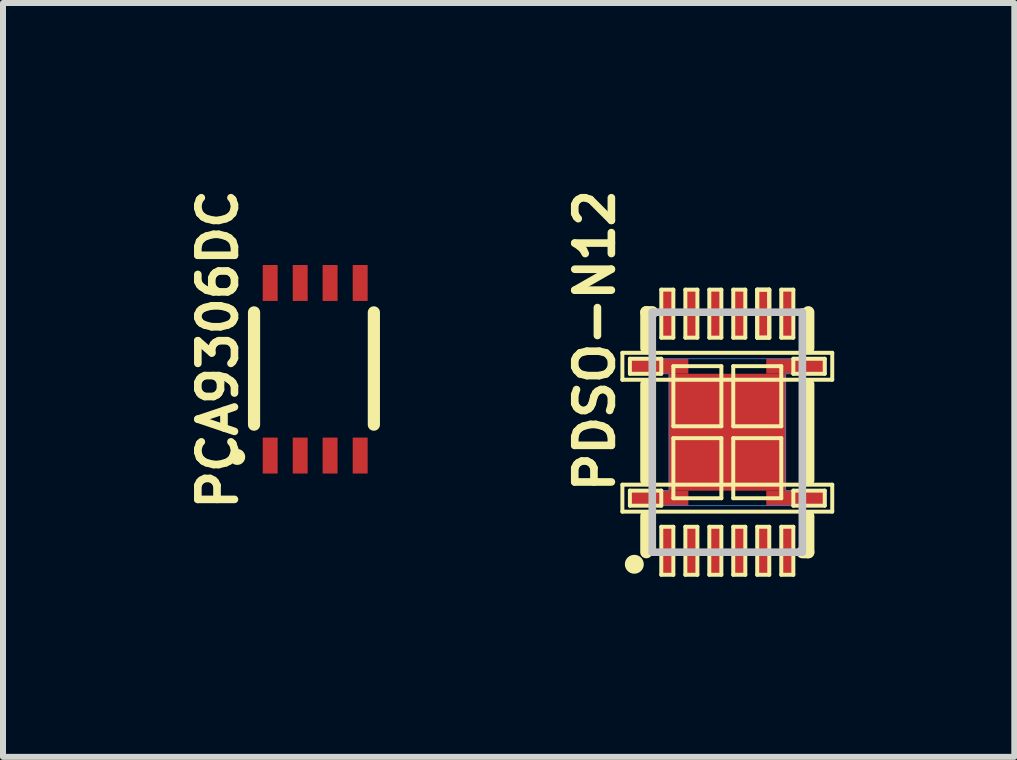
<source format=kicad_pcb>
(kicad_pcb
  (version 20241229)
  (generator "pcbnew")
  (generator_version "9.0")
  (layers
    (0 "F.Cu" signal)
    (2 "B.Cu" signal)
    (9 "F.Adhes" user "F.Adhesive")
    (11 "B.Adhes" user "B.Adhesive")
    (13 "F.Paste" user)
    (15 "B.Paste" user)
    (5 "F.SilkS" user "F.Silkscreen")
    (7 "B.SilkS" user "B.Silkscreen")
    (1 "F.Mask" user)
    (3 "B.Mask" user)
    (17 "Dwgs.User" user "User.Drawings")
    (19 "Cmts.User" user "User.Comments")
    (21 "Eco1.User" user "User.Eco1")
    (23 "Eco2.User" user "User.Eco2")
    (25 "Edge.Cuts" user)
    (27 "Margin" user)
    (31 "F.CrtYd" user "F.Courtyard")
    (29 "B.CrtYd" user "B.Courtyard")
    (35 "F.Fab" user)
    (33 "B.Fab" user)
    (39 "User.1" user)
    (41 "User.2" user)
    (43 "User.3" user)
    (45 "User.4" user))
  (footprint "PCA9306DC"
    (layer "F.Cu")
    (at 2.18 3.094)
    (property "Reference" "PCA9306DC" (at -1.6 -0.323 90) (layer "F.SilkS") (effects (font (size 0.61 0.61) (thickness 0.127))))
    (attr smd)
    (fp_line (start -0.998 -0.94) (end -0.998 0.93) (stroke (width 0.203) (type solid)) (layer "F.SilkS"))
    (fp_line (start 0.998 0.93) (end 0.998 -0.94) (stroke (width 0.203) (type solid)) (layer "F.SilkS"))
    (fp_circle (center -1.278 1.468) (end -1.372 1.562) (stroke (width 0) (type solid)) (fill yes) (layer "F.SilkS"))
    (pad "1" smd rect (at -0.729 1.445) (size 0.249 0.599) (layers "F.Cu" "F.Mask" "F.Paste"))
    (pad "2" smd rect (at -0.229 1.445) (size 0.249 0.599) (layers "F.Cu" "F.Mask" "F.Paste"))
    (pad "3" smd rect (at 0.269 1.445) (size 0.249 0.599) (layers "F.Cu" "F.Mask" "F.Paste"))
    (pad "4" smd rect (at 0.77 1.445) (size 0.249 0.599) (layers "F.Cu" "F.Mask" "F.Paste"))
    (pad "5" smd rect (at 0.77 -1.43) (size 0.249 0.599) (layers "F.Cu" "F.Mask" "F.Paste"))
    (pad "6" smd rect (at 0.269 -1.43) (size 0.249 0.599) (layers "F.Cu" "F.Mask" "F.Paste"))
    (pad "7" smd rect (at -0.229 -1.43) (size 0.249 0.599) (layers "F.Cu" "F.Mask" "F.Paste"))
    (pad "8" smd rect (at -0.729 -1.43) (size 0.249 0.599) (layers "F.Cu" "F.Mask" "F.Paste")))
  (footprint "PDSO-N12"
    (layer "F.Cu")
    (at 9.066 4.15)
    (property "Reference" "PDSO-N12" (at -2.207 -1.524 90) (layer "F.SilkS") (effects (font (size 0.61 0.61) (thickness 0.127))))
    (attr smd)
    (fp_line (start -1.648 -1.224) (end -1.648 -0.973) (stroke (width 0.013) (type solid)) (layer "B.Cu"))
    (fp_line (start -1.648 -0.973) (end -0.973 -0.973) (stroke (width 0.013) (type solid)) (layer "B.Cu"))
    (fp_line (start -1.648 0.973) (end -1.648 1.224) (stroke (width 0.013) (type solid)) (layer "B.Cu"))
    (fp_line (start -1.648 1.224) (end 1.648 1.224) (stroke (width 0.013) (type solid)) (layer "B.Cu"))
    (fp_line (start -0.973 -0.973) (end -0.973 0.973) (stroke (width 0.013) (type solid)) (layer "B.Cu"))
    (fp_line (start -0.973 0.973) (end -1.648 0.973) (stroke (width 0.013) (type solid)) (layer "B.Cu"))
    (fp_line (start 0.973 -0.973) (end 1.648 -0.973) (stroke (width 0.013) (type solid)) (layer "B.Cu"))
    (fp_line (start 0.973 0.973) (end 0.973 -0.973) (stroke (width 0.013) (type solid)) (layer "B.Cu"))
    (fp_line (start 1.648 -1.224) (end -1.648 -1.224) (stroke (width 0.013) (type solid)) (layer "B.Cu"))
    (fp_line (start 1.648 -0.973) (end 1.648 -1.224) (stroke (width 0.013) (type solid)) (layer "B.Cu"))
    (fp_line (start 1.648 0.973) (end 0.973 0.973) (stroke (width 0.013) (type solid)) (layer "B.Cu"))
    (fp_line (start 1.648 1.224) (end 1.648 0.973) (stroke (width 0.013) (type solid)) (layer "B.Cu"))
    (fp_line (start -1.748 -1.323) (end 1.748 -1.323) (stroke (width 0.066) (type solid)) (layer "F.SilkS"))
    (fp_line (start -1.748 -0.874) (end -1.748 -1.323) (stroke (width 0.066) (type solid)) (layer "F.SilkS"))
    (fp_line (start -1.748 -0.874) (end 1.748 -0.874) (stroke (width 0.066) (type solid)) (layer "F.SilkS"))
    (fp_line (start -1.748 0.874) (end 1.748 0.874) (stroke (width 0.066) (type solid)) (layer "F.SilkS"))
    (fp_line (start -1.748 1.323) (end -1.748 0.874) (stroke (width 0.066) (type solid)) (layer "F.SilkS"))
    (fp_line (start -1.748 1.323) (end 1.748 1.323) (stroke (width 0.066) (type solid)) (layer "F.SilkS"))
    (fp_line (start -1.623 -1.224) (end -1.1 -1.224) (stroke (width 0.066) (type solid)) (layer "F.SilkS"))
    (fp_line (start -1.623 -0.973) (end -1.623 -1.224) (stroke (width 0.066) (type solid)) (layer "F.SilkS"))
    (fp_line (start -1.623 -0.973) (end -1.1 -0.973) (stroke (width 0.066) (type solid)) (layer "F.SilkS"))
    (fp_line (start -1.623 0.973) (end -1.1 0.973) (stroke (width 0.066) (type solid)) (layer "F.SilkS"))
    (fp_line (start -1.623 1.224) (end -1.623 0.973) (stroke (width 0.066) (type solid)) (layer "F.SilkS"))
    (fp_line (start -1.623 1.224) (end -1.1 1.224) (stroke (width 0.066) (type solid)) (layer "F.SilkS"))
    (fp_line (start -1.349 -1.999) (end -1.349 -1.4) (stroke (width 0.203) (type solid)) (layer "F.SilkS"))
    (fp_line (start -1.349 -1.999) (end -1.25 -1.999) (stroke (width 0.203) (type solid)) (layer "F.SilkS"))
    (fp_line (start -1.349 -0.798) (end -1.349 0.798) (stroke (width 0.203) (type solid)) (layer "F.SilkS"))
    (fp_line (start -1.349 1.999) (end -1.349 1.4) (stroke (width 0.203) (type solid)) (layer "F.SilkS"))
    (fp_line (start -1.349 1.999) (end -1.25 1.999) (stroke (width 0.127) (type solid)) (layer "F.SilkS"))
    (fp_line (start -1.1 -2.375) (end -0.899 -2.375) (stroke (width 0.066) (type solid)) (layer "F.SilkS"))
    (fp_line (start -1.1 -1.575) (end -1.1 -2.375) (stroke (width 0.066) (type solid)) (layer "F.SilkS"))
    (fp_line (start -1.1 -1.575) (end -0.899 -1.575) (stroke (width 0.066) (type solid)) (layer "F.SilkS"))
    (fp_line (start -1.1 -0.973) (end -1.1 -1.224) (stroke (width 0.066) (type solid)) (layer "F.SilkS"))
    (fp_line (start -1.1 1.224) (end -1.1 0.973) (stroke (width 0.066) (type solid)) (layer "F.SilkS"))
    (fp_line (start -1.1 1.575) (end -0.899 1.575) (stroke (width 0.066) (type solid)) (layer "F.SilkS"))
    (fp_line (start -1.1 2.375) (end -1.1 1.575) (stroke (width 0.066) (type solid)) (layer "F.SilkS"))
    (fp_line (start -1.1 2.375) (end -0.899 2.375) (stroke (width 0.066) (type solid)) (layer "F.SilkS"))
    (fp_line (start -0.899 -1.575) (end -0.899 -2.375) (stroke (width 0.066) (type solid)) (layer "F.SilkS"))
    (fp_line (start -0.899 -1.1) (end -0.099 -1.1) (stroke (width 0.066) (type solid)) (layer "F.SilkS"))
    (fp_line (start -0.899 -0.099) (end -0.899 -1.1) (stroke (width 0.066) (type solid)) (layer "F.SilkS"))
    (fp_line (start -0.899 -0.099) (end -0.099 -0.099) (stroke (width 0.066) (type solid)) (layer "F.SilkS"))
    (fp_line (start -0.899 0.099) (end -0.099 0.099) (stroke (width 0.066) (type solid)) (layer "F.SilkS"))
    (fp_line (start -0.899 1.1) (end -0.899 0.099) (stroke (width 0.066) (type solid)) (layer "F.SilkS"))
    (fp_line (start -0.899 1.1) (end -0.099 1.1) (stroke (width 0.066) (type solid)) (layer "F.SilkS"))
    (fp_line (start -0.899 2.375) (end -0.899 1.575) (stroke (width 0.066) (type solid)) (layer "F.SilkS"))
    (fp_line (start -0.699 -2.375) (end -0.498 -2.375) (stroke (width 0.066) (type solid)) (layer "F.SilkS"))
    (fp_line (start -0.699 -1.575) (end -0.699 -2.375) (stroke (width 0.066) (type solid)) (layer "F.SilkS"))
    (fp_line (start -0.699 -1.575) (end -0.498 -1.575) (stroke (width 0.066) (type solid)) (layer "F.SilkS"))
    (fp_line (start -0.699 1.575) (end -0.498 1.575) (stroke (width 0.066) (type solid)) (layer "F.SilkS"))
    (fp_line (start -0.699 2.375) (end -0.699 1.575) (stroke (width 0.066) (type solid)) (layer "F.SilkS"))
    (fp_line (start -0.699 2.375) (end -0.498 2.375) (stroke (width 0.066) (type solid)) (layer "F.SilkS"))
    (fp_line (start -0.498 -1.575) (end -0.498 -2.375) (stroke (width 0.066) (type solid)) (layer "F.SilkS"))
    (fp_line (start -0.498 2.375) (end -0.498 1.575) (stroke (width 0.066) (type solid)) (layer "F.SilkS"))
    (fp_line (start -0.3 -2.375) (end -0.099 -2.375) (stroke (width 0.066) (type solid)) (layer "F.SilkS"))
    (fp_line (start -0.3 -1.575) (end -0.3 -2.375) (stroke (width 0.066) (type solid)) (layer "F.SilkS"))
    (fp_line (start -0.3 -1.575) (end -0.099 -1.575) (stroke (width 0.066) (type solid)) (layer "F.SilkS"))
    (fp_line (start -0.3 1.575) (end -0.099 1.575) (stroke (width 0.066) (type solid)) (layer "F.SilkS"))
    (fp_line (start -0.3 2.375) (end -0.3 1.575) (stroke (width 0.066) (type solid)) (layer "F.SilkS"))
    (fp_line (start -0.3 2.375) (end -0.099 2.375) (stroke (width 0.066) (type solid)) (layer "F.SilkS"))
    (fp_line (start -0.099 -1.575) (end -0.099 -2.375) (stroke (width 0.066) (type solid)) (layer "F.SilkS"))
    (fp_line (start -0.099 -0.099) (end -0.099 -1.1) (stroke (width 0.066) (type solid)) (layer "F.SilkS"))
    (fp_line (start -0.099 1.1) (end -0.099 0.099) (stroke (width 0.066) (type solid)) (layer "F.SilkS"))
    (fp_line (start -0.099 2.375) (end -0.099 1.575) (stroke (width 0.066) (type solid)) (layer "F.SilkS"))
    (fp_line (start 0.099 -2.375) (end 0.3 -2.375) (stroke (width 0.066) (type solid)) (layer "F.SilkS"))
    (fp_line (start 0.099 -1.575) (end 0.099 -2.375) (stroke (width 0.066) (type solid)) (layer "F.SilkS"))
    (fp_line (start 0.099 -1.575) (end 0.3 -1.575) (stroke (width 0.066) (type solid)) (layer "F.SilkS"))
    (fp_line (start 0.099 -1.1) (end 0.899 -1.1) (stroke (width 0.066) (type solid)) (layer "F.SilkS"))
    (fp_line (start 0.099 -0.099) (end 0.099 -1.1) (stroke (width 0.066) (type solid)) (layer "F.SilkS"))
    (fp_line (start 0.099 -0.099) (end 0.899 -0.099) (stroke (width 0.066) (type solid)) (layer "F.SilkS"))
    (fp_line (start 0.099 0.099) (end 0.899 0.099) (stroke (width 0.066) (type solid)) (layer "F.SilkS"))
    (fp_line (start 0.099 1.1) (end 0.099 0.099) (stroke (width 0.066) (type solid)) (layer "F.SilkS"))
    (fp_line (start 0.099 1.1) (end 0.899 1.1) (stroke (width 0.066) (type solid)) (layer "F.SilkS"))
    (fp_line (start 0.099 1.575) (end 0.3 1.575) (stroke (width 0.066) (type solid)) (layer "F.SilkS"))
    (fp_line (start 0.099 2.375) (end 0.099 1.575) (stroke (width 0.066) (type solid)) (layer "F.SilkS"))
    (fp_line (start 0.099 2.375) (end 0.3 2.375) (stroke (width 0.066) (type solid)) (layer "F.SilkS"))
    (fp_line (start 0.3 -1.575) (end 0.3 -2.375) (stroke (width 0.066) (type solid)) (layer "F.SilkS"))
    (fp_line (start 0.3 2.375) (end 0.3 1.575) (stroke (width 0.066) (type solid)) (layer "F.SilkS"))
    (fp_line (start 0.498 -2.375) (end 0.699 -2.375) (stroke (width 0.066) (type solid)) (layer "F.SilkS"))
    (fp_line (start 0.498 -2.375) (end 0.699 -2.375) (stroke (width 0.066) (type solid)) (layer "F.SilkS"))
    (fp_line (start 0.498 -1.575) (end 0.498 -2.375) (stroke (width 0.066) (type solid)) (layer "F.SilkS"))
    (fp_line (start 0.498 -1.575) (end 0.498 -2.375) (stroke (width 0.066) (type solid)) (layer "F.SilkS"))
    (fp_line (start 0.498 -1.575) (end 0.699 -1.575) (stroke (width 0.066) (type solid)) (layer "F.SilkS"))
    (fp_line (start 0.498 -1.575) (end 0.699 -1.575) (stroke (width 0.066) (type solid)) (layer "F.SilkS"))
    (fp_line (start 0.498 1.575) (end 0.699 1.575) (stroke (width 0.066) (type solid)) (layer "F.SilkS"))
    (fp_line (start 0.498 2.375) (end 0.498 1.575) (stroke (width 0.066) (type solid)) (layer "F.SilkS"))
    (fp_line (start 0.498 2.375) (end 0.699 2.375) (stroke (width 0.066) (type solid)) (layer "F.SilkS"))
    (fp_line (start 0.699 -1.575) (end 0.699 -2.375) (stroke (width 0.066) (type solid)) (layer "F.SilkS"))
    (fp_line (start 0.699 -1.575) (end 0.699 -2.375) (stroke (width 0.066) (type solid)) (layer "F.SilkS"))
    (fp_line (start 0.699 2.375) (end 0.699 1.575) (stroke (width 0.066) (type solid)) (layer "F.SilkS"))
    (fp_line (start 0.899 -2.375) (end 1.1 -2.375) (stroke (width 0.066) (type solid)) (layer "F.SilkS"))
    (fp_line (start 0.899 -1.575) (end 0.899 -2.375) (stroke (width 0.066) (type solid)) (layer "F.SilkS"))
    (fp_line (start 0.899 -1.575) (end 1.1 -1.575) (stroke (width 0.066) (type solid)) (layer "F.SilkS"))
    (fp_line (start 0.899 -0.099) (end 0.899 -1.1) (stroke (width 0.066) (type solid)) (layer "F.SilkS"))
    (fp_line (start 0.899 1.1) (end 0.899 0.099) (stroke (width 0.066) (type solid)) (layer "F.SilkS"))
    (fp_line (start 0.899 1.575) (end 1.1 1.575) (stroke (width 0.066) (type solid)) (layer "F.SilkS"))
    (fp_line (start 0.899 2.375) (end 0.899 1.575) (stroke (width 0.066) (type solid)) (layer "F.SilkS"))
    (fp_line (start 0.899 2.375) (end 1.1 2.375) (stroke (width 0.066) (type solid)) (layer "F.SilkS"))
    (fp_line (start 1.1 -1.575) (end 1.1 -2.375) (stroke (width 0.066) (type solid)) (layer "F.SilkS"))
    (fp_line (start 1.1 -1.224) (end 1.623 -1.224) (stroke (width 0.066) (type solid)) (layer "F.SilkS"))
    (fp_line (start 1.1 -0.973) (end 1.1 -1.224) (stroke (width 0.066) (type solid)) (layer "F.SilkS"))
    (fp_line (start 1.1 -0.973) (end 1.623 -0.973) (stroke (width 0.066) (type solid)) (layer "F.SilkS"))
    (fp_line (start 1.1 0.973) (end 1.623 0.973) (stroke (width 0.066) (type solid)) (layer "F.SilkS"))
    (fp_line (start 1.1 1.224) (end 1.1 0.973) (stroke (width 0.066) (type solid)) (layer "F.SilkS"))
    (fp_line (start 1.1 1.224) (end 1.623 1.224) (stroke (width 0.066) (type solid)) (layer "F.SilkS"))
    (fp_line (start 1.1 2.375) (end 1.1 1.575) (stroke (width 0.066) (type solid)) (layer "F.SilkS"))
    (fp_line (start 1.349 -1.999) (end 1.25 -1.999) (stroke (width 0.127) (type solid)) (layer "F.SilkS"))
    (fp_line (start 1.349 -1.999) (end 1.349 -1.4) (stroke (width 0.203) (type solid)) (layer "F.SilkS"))
    (fp_line (start 1.349 0.798) (end 1.349 -0.798) (stroke (width 0.203) (type solid)) (layer "F.SilkS"))
    (fp_line (start 1.349 1.999) (end 1.25 1.999) (stroke (width 0.203) (type solid)) (layer "F.SilkS"))
    (fp_line (start 1.349 1.999) (end 1.349 1.4) (stroke (width 0.203) (type solid)) (layer "F.SilkS"))
    (fp_line (start 1.623 -0.973) (end 1.623 -1.224) (stroke (width 0.066) (type solid)) (layer "F.SilkS"))
    (fp_line (start 1.623 1.224) (end 1.623 0.973) (stroke (width 0.066) (type solid)) (layer "F.SilkS"))
    (fp_line (start 1.748 -0.874) (end 1.748 -1.323) (stroke (width 0.066) (type solid)) (layer "F.SilkS"))
    (fp_line (start 1.748 1.323) (end 1.748 0.874) (stroke (width 0.066) (type solid)) (layer "F.SilkS"))
    (fp_circle (center -1.549 2.2) (end -1.661 2.311) (stroke (width 0) (type solid)) (fill yes) (layer "F.SilkS"))
    (fp_line (start -1.25 -1.999) (end -1.25 1.999) (stroke (width 0.127) (type solid)) (layer "Dwgs.User"))
    (fp_line (start -1.25 1.999) (end 1.25 1.999) (stroke (width 0.127) (type solid)) (layer "Dwgs.User"))
    (fp_line (start 1.25 -1.999) (end -1.25 -1.999) (stroke (width 0.127) (type solid)) (layer "Dwgs.User"))
    (fp_line (start 1.25 1.999) (end 1.25 -1.999) (stroke (width 0.127) (type solid)) (layer "Dwgs.User"))
    (pad "1" smd rect (at -0.998 1.974) (size 0.198 0.848) (layers "F.Cu" "F.Mask" "F.Paste"))
    (pad "2" smd rect (at -0.599 1.974) (size 0.198 0.848) (layers "F.Cu" "F.Mask" "F.Paste"))
    (pad "3" smd rect (at -0.198 1.974) (size 0.198 0.848) (layers "F.Cu" "F.Mask" "F.Paste"))
    (pad "4" smd rect (at 0.198 1.974) (size 0.198 0.848) (layers "F.Cu" "F.Mask" "F.Paste"))
    (pad "5" smd rect (at 0.599 1.974) (size 0.198 0.848) (layers "F.Cu" "F.Mask" "F.Paste"))
    (pad "6" smd rect (at 0.998 1.974) (size 0.198 0.848) (layers "F.Cu" "F.Mask" "F.Paste"))
    (pad "7" smd rect (at 0.998 -1.974 180) (size 0.198 0.848) (layers "F.Cu" "F.Mask" "F.Paste"))
    (pad "8" smd rect (at 0.599 -1.974 180) (size 0.198 0.848) (layers "F.Cu" "F.Mask" "F.Paste"))
    (pad "9" smd rect (at 0.198 -1.974 180) (size 0.198 0.848) (layers "F.Cu" "F.Mask" "F.Paste"))
    (pad "10" smd rect (at -0.198 -1.974 180) (size 0.198 0.848) (layers "F.Cu" "F.Mask" "F.Paste"))
    (pad "11" smd rect (at -0.599 -1.974 180) (size 0.198 0.848) (layers "F.Cu" "F.Mask" "F.Paste"))
    (pad "12" smd rect (at -0.998 -1.974 180) (size 0.198 0.848) (layers "F.Cu" "F.Mask" "F.Paste"))
    (pad "EP" smd rect (at 0 0) (size 1.948 1.948) (layers "F.Cu" "F.Mask" "F.Paste"))
    (pad "EP1" smd rect (at -1.148 -1.1) (size 0.998 0.249) (layers "F.Cu" "F.Mask" "F.Paste"))
    (pad "EP2" smd rect (at -1.148 1.1) (size 0.998 0.249) (layers "F.Cu" "F.Mask" "F.Paste"))
    (pad "EP3" smd rect (at 1.148 1.1 180) (size 0.998 0.249) (layers "F.Cu" "F.Mask" "F.Paste"))
    (pad "EP4" smd rect (at 1.148 -1.1 180) (size 0.998 0.249) (layers "F.Cu" "F.Mask" "F.Paste")))
  (gr_rect
    (start -3 -3)
    (end 13.847 9.558)
    (stroke (width 0.1) (type default))
    (fill no)
    (layer "Edge.Cuts")))
</source>
